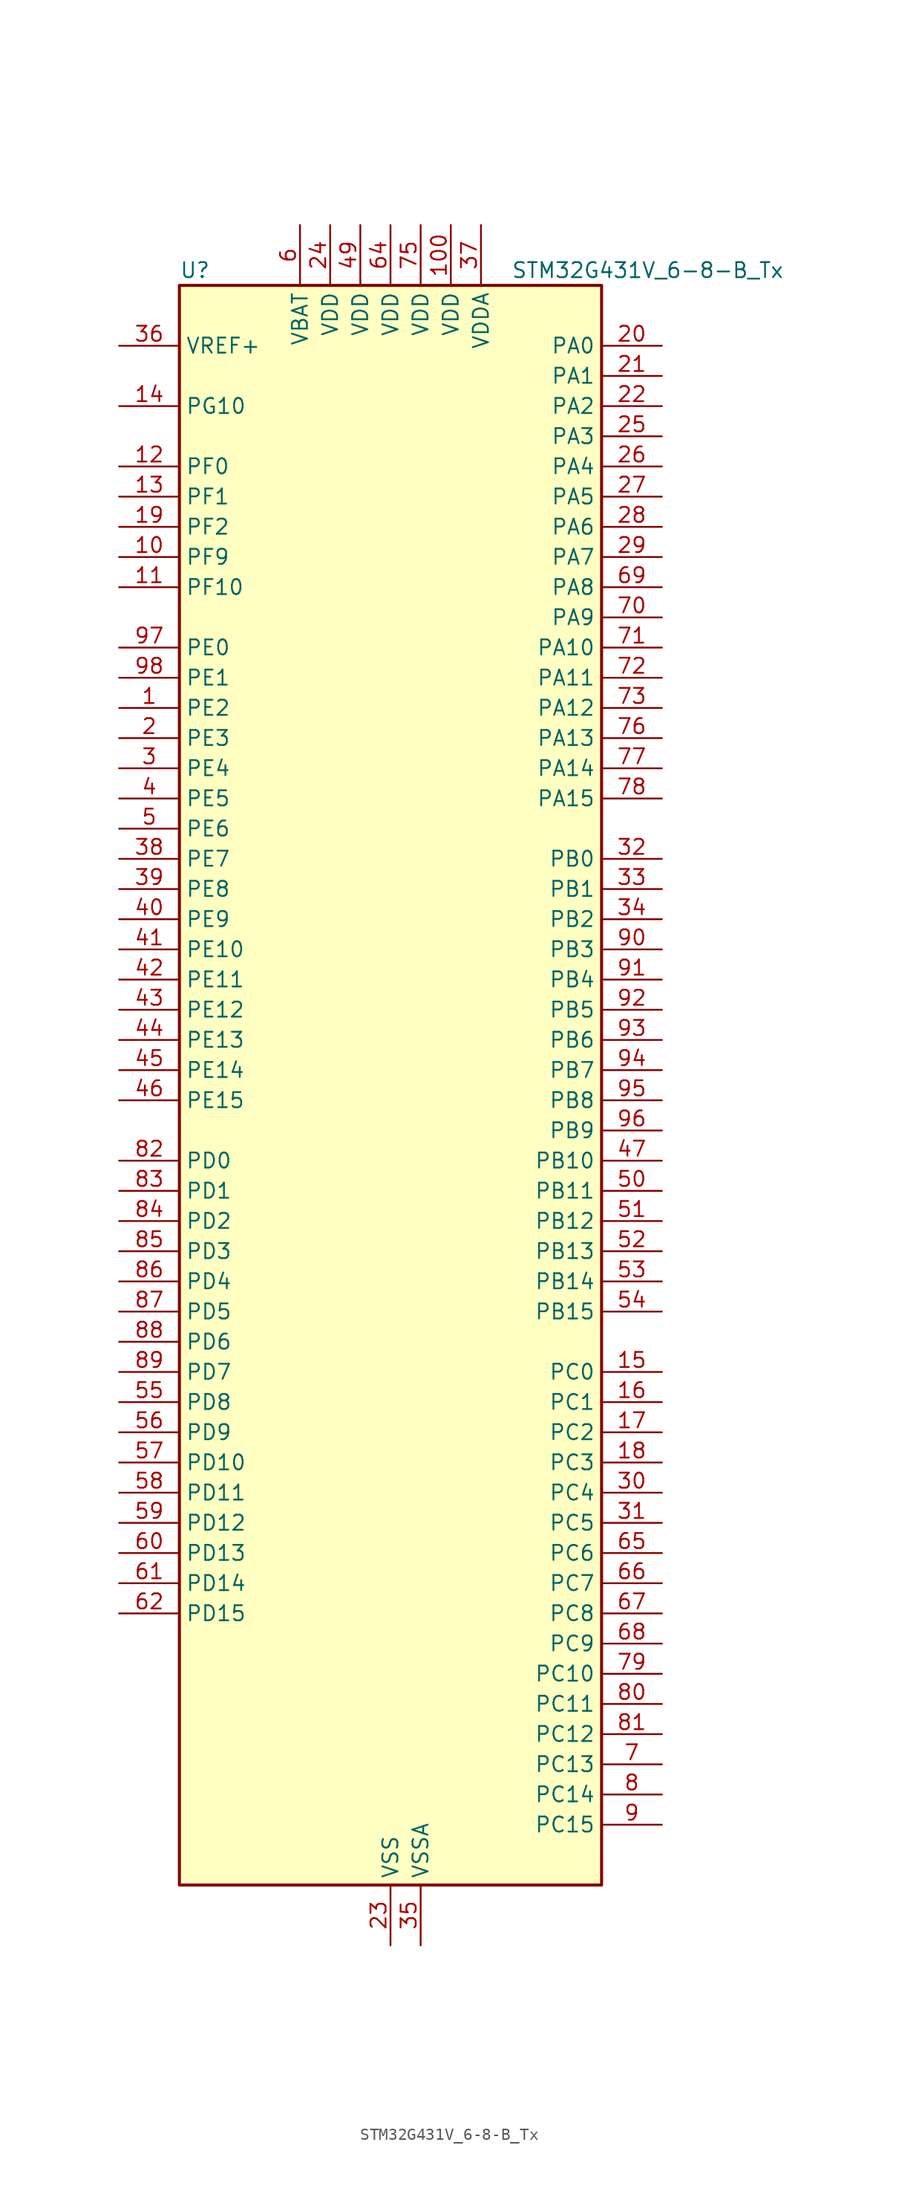
<source format=kicad_sym>
(kicad_symbol_lib
  (version 20241209)
  (generator "kicad_symbol_editor")
  (generator_version "9.0")
  (symbol "STM32G431V_6-8-B_Tx"
    (property "Reference" "U"
      (at -17.78 69.85 0)
      (effects (font (size 1.27 1.27)) (justify left)))
    (property "Value" "STM32G431V_6-8-B_Tx"
      (at 10.16 69.85 0)
      (effects (font (size 1.27 1.27)) (justify left)))
    (symbol "STM32G431V_6-8-B_Tx_0_1"
      (rectangle (start -17.78 -66.04) (end 17.78 68.58) (stroke (width 0.254) (type default)) (fill (type background))))
    (symbol "STM32G431V_6-8-B_Tx_1_1"
      (pin input line (at -22.86 63.5 0) (length 5.08) (name "VREF+" (effects (font (size 1.27 1.27)))) (number "36" (effects (font (size 1.27 1.27)))) (alternate "VREFBUF_OUT" bidirectional line))
      (pin bidirectional line (at -22.86 58.42 0) (length 5.08) (name "PG10" (effects (font (size 1.27 1.27)))) (number "14" (effects (font (size 1.27 1.27)))) (alternate "DAC1_EXTI10" bidirectional line) (alternate "DAC3_EXTI10" bidirectional line) (alternate "RCC_MCO" bidirectional line))
      (pin bidirectional line (at -22.86 53.34 0) (length 5.08) (name "PF0" (effects (font (size 1.27 1.27)))) (number "12" (effects (font (size 1.27 1.27)))) (alternate "ADC1_IN10" bidirectional line) (alternate "I2C2_SDA" bidirectional line) (alternate "I2S2_WS" bidirectional line) (alternate "RCC_OSC_IN" bidirectional line) (alternate "SPI2_NSS" bidirectional line) (alternate "TIM1_CH3N" bidirectional line))
      (pin bidirectional line (at -22.86 50.8 0) (length 5.08) (name "PF1" (effects (font (size 1.27 1.27)))) (number "13" (effects (font (size 1.27 1.27)))) (alternate "ADC2_IN10" bidirectional line) (alternate "COMP3_INM" bidirectional line) (alternate "I2S2_CK" bidirectional line) (alternate "RCC_OSC_OUT" bidirectional line) (alternate "SPI2_SCK" bidirectional line))
      (pin bidirectional line (at -22.86 48.26 0) (length 5.08) (name "PF2" (effects (font (size 1.27 1.27)))) (number "19" (effects (font (size 1.27 1.27)))) (alternate "I2C2_SMBA" bidirectional line))
      (pin bidirectional line (at -22.86 45.72 0) (length 5.08) (name "PF9" (effects (font (size 1.27 1.27)))) (number "10" (effects (font (size 1.27 1.27)))) (alternate "DAC1_EXTI9" bidirectional line) (alternate "DAC3_EXTI9" bidirectional line) (alternate "SAI1_FS_B" bidirectional line) (alternate "SPI2_SCK" bidirectional line) (alternate "TIM15_CH1" bidirectional line))
      (pin bidirectional line (at -22.86 43.18 0) (length 5.08) (name "PF10" (effects (font (size 1.27 1.27)))) (number "11" (effects (font (size 1.27 1.27)))) (alternate "DAC1_EXTI10" bidirectional line) (alternate "DAC3_EXTI10" bidirectional line) (alternate "SAI1_D3" bidirectional line) (alternate "SPI2_SCK" bidirectional line) (alternate "TIM15_CH2" bidirectional line))
      (pin bidirectional line (at -22.86 38.1 0) (length 5.08) (name "PE0" (effects (font (size 1.27 1.27)))) (number "97" (effects (font (size 1.27 1.27)))) (alternate "TIM16_CH1" bidirectional line) (alternate "TIM4_ETR" bidirectional line) (alternate "USART1_TX" bidirectional line))
      (pin bidirectional line (at -22.86 35.56 0) (length 5.08) (name "PE1" (effects (font (size 1.27 1.27)))) (number "98" (effects (font (size 1.27 1.27)))) (alternate "TIM17_CH1" bidirectional line) (alternate "USART1_RX" bidirectional line))
      (pin bidirectional line (at -22.86 33.02 0) (length 5.08) (name "PE2" (effects (font (size 1.27 1.27)))) (number "1" (effects (font (size 1.27 1.27)))) (alternate "SAI1_CK1" bidirectional line) (alternate "SAI1_MCLK_A" bidirectional line) (alternate "SYS_TRACECLK" bidirectional line) (alternate "TIM3_CH1" bidirectional line))
      (pin bidirectional line (at -22.86 30.48 0) (length 5.08) (name "PE3" (effects (font (size 1.27 1.27)))) (number "2" (effects (font (size 1.27 1.27)))) (alternate "SAI1_SD_B" bidirectional line) (alternate "SYS_TRACED0" bidirectional line) (alternate "TIM3_CH2" bidirectional line))
      (pin bidirectional line (at -22.86 27.94 0) (length 5.08) (name "PE4" (effects (font (size 1.27 1.27)))) (number "3" (effects (font (size 1.27 1.27)))) (alternate "SAI1_D2" bidirectional line) (alternate "SAI1_FS_A" bidirectional line) (alternate "SYS_TRACED1" bidirectional line) (alternate "TIM3_CH3" bidirectional line))
      (pin bidirectional line (at -22.86 25.4 0) (length 5.08) (name "PE5" (effects (font (size 1.27 1.27)))) (number "4" (effects (font (size 1.27 1.27)))) (alternate "SAI1_CK2" bidirectional line) (alternate "SAI1_SCK_A" bidirectional line) (alternate "SYS_TRACED2" bidirectional line) (alternate "TIM3_CH4" bidirectional line))
      (pin bidirectional line (at -22.86 22.86 0) (length 5.08) (name "PE6" (effects (font (size 1.27 1.27)))) (number "5" (effects (font (size 1.27 1.27)))) (alternate "RTC_TAMP3" bidirectional line) (alternate "SAI1_D1" bidirectional line) (alternate "SAI1_SD_A" bidirectional line) (alternate "SYS_TRACED3" bidirectional line) (alternate "SYS_WKUP3" bidirectional line))
      (pin bidirectional line (at -22.86 20.32 0) (length 5.08) (name "PE7" (effects (font (size 1.27 1.27)))) (number "38" (effects (font (size 1.27 1.27)))) (alternate "COMP4_INP" bidirectional line) (alternate "SAI1_SD_B" bidirectional line) (alternate "TIM1_ETR" bidirectional line))
      (pin bidirectional line (at -22.86 17.78 0) (length 5.08) (name "PE8" (effects (font (size 1.27 1.27)))) (number "39" (effects (font (size 1.27 1.27)))) (alternate "COMP4_INM" bidirectional line) (alternate "SAI1_SCK_B" bidirectional line) (alternate "TIM1_CH1N" bidirectional line))
      (pin bidirectional line (at -22.86 15.24 0) (length 5.08) (name "PE9" (effects (font (size 1.27 1.27)))) (number "40" (effects (font (size 1.27 1.27)))) (alternate "DAC1_EXTI9" bidirectional line) (alternate "DAC3_EXTI9" bidirectional line) (alternate "SAI1_FS_B" bidirectional line) (alternate "TIM1_CH1" bidirectional line))
      (pin bidirectional line (at -22.86 12.7 0) (length 5.08) (name "PE10" (effects (font (size 1.27 1.27)))) (number "41" (effects (font (size 1.27 1.27)))) (alternate "DAC1_EXTI10" bidirectional line) (alternate "DAC3_EXTI10" bidirectional line) (alternate "SAI1_MCLK_B" bidirectional line) (alternate "TIM1_CH2N" bidirectional line))
      (pin bidirectional line (at -22.86 10.16 0) (length 5.08) (name "PE11" (effects (font (size 1.27 1.27)))) (number "42" (effects (font (size 1.27 1.27)))) (alternate "ADC1_EXTI11" bidirectional line) (alternate "ADC2_EXTI11" bidirectional line) (alternate "TIM1_CH2" bidirectional line))
      (pin bidirectional line (at -22.86 7.62 0) (length 5.08) (name "PE12" (effects (font (size 1.27 1.27)))) (number "43" (effects (font (size 1.27 1.27)))) (alternate "TIM1_CH3N" bidirectional line))
      (pin bidirectional line (at -22.86 5.08 0) (length 5.08) (name "PE13" (effects (font (size 1.27 1.27)))) (number "44" (effects (font (size 1.27 1.27)))) (alternate "TIM1_CH3" bidirectional line))
      (pin bidirectional line (at -22.86 2.54 0) (length 5.08) (name "PE14" (effects (font (size 1.27 1.27)))) (number "45" (effects (font (size 1.27 1.27)))) (alternate "TIM1_BKIN2" bidirectional line) (alternate "TIM1_CH4" bidirectional line))
      (pin bidirectional line (at -22.86 0 0) (length 5.08) (name "PE15" (effects (font (size 1.27 1.27)))) (number "46" (effects (font (size 1.27 1.27)))) (alternate "ADC1_EXTI15" bidirectional line) (alternate "ADC2_EXTI15" bidirectional line) (alternate "TIM1_BKIN" bidirectional line) (alternate "TIM1_CH4N" bidirectional line) (alternate "USART3_RX" bidirectional line))
      (pin bidirectional line (at -22.86 -5.08 0) (length 5.08) (name "PD0" (effects (font (size 1.27 1.27)))) (number "82" (effects (font (size 1.27 1.27)))) (alternate "FDCAN1_RX" bidirectional line) (alternate "TIM8_CH4N" bidirectional line))
      (pin bidirectional line (at -22.86 -7.62 0) (length 5.08) (name "PD1" (effects (font (size 1.27 1.27)))) (number "83" (effects (font (size 1.27 1.27)))) (alternate "FDCAN1_TX" bidirectional line) (alternate "TIM8_BKIN2" bidirectional line) (alternate "TIM8_CH4" bidirectional line))
      (pin bidirectional line (at -22.86 -10.16 0) (length 5.08) (name "PD2" (effects (font (size 1.27 1.27)))) (number "84" (effects (font (size 1.27 1.27)))) (alternate "TIM3_ETR" bidirectional line) (alternate "TIM8_BKIN" bidirectional line))
      (pin bidirectional line (at -22.86 -12.7 0) (length 5.08) (name "PD3" (effects (font (size 1.27 1.27)))) (number "85" (effects (font (size 1.27 1.27)))) (alternate "TIM2_CH1" bidirectional line) (alternate "TIM2_ETR" bidirectional line) (alternate "USART2_CTS" bidirectional line) (alternate "USART2_NSS" bidirectional line))
      (pin bidirectional line (at -22.86 -15.24 0) (length 5.08) (name "PD4" (effects (font (size 1.27 1.27)))) (number "86" (effects (font (size 1.27 1.27)))) (alternate "TIM2_CH2" bidirectional line) (alternate "USART2_DE" bidirectional line) (alternate "USART2_RTS" bidirectional line))
      (pin bidirectional line (at -22.86 -17.78 0) (length 5.08) (name "PD5" (effects (font (size 1.27 1.27)))) (number "87" (effects (font (size 1.27 1.27)))) (alternate "USART2_TX" bidirectional line))
      (pin bidirectional line (at -22.86 -20.32 0) (length 5.08) (name "PD6" (effects (font (size 1.27 1.27)))) (number "88" (effects (font (size 1.27 1.27)))) (alternate "SAI1_D1" bidirectional line) (alternate "SAI1_SD_A" bidirectional line) (alternate "TIM2_CH4" bidirectional line) (alternate "USART2_RX" bidirectional line))
      (pin bidirectional line (at -22.86 -22.86 0) (length 5.08) (name "PD7" (effects (font (size 1.27 1.27)))) (number "89" (effects (font (size 1.27 1.27)))) (alternate "TIM2_CH3" bidirectional line) (alternate "USART2_CK" bidirectional line))
      (pin bidirectional line (at -22.86 -25.4 0) (length 5.08) (name "PD8" (effects (font (size 1.27 1.27)))) (number "55" (effects (font (size 1.27 1.27)))) (alternate "USART3_TX" bidirectional line))
      (pin bidirectional line (at -22.86 -27.94 0) (length 5.08) (name "PD9" (effects (font (size 1.27 1.27)))) (number "56" (effects (font (size 1.27 1.27)))) (alternate "DAC1_EXTI9" bidirectional line) (alternate "DAC3_EXTI9" bidirectional line) (alternate "USART3_RX" bidirectional line))
      (pin bidirectional line (at -22.86 -30.48 0) (length 5.08) (name "PD10" (effects (font (size 1.27 1.27)))) (number "57" (effects (font (size 1.27 1.27)))) (alternate "DAC1_EXTI10" bidirectional line) (alternate "DAC3_EXTI10" bidirectional line) (alternate "USART3_CK" bidirectional line))
      (pin bidirectional line (at -22.86 -33.02 0) (length 5.08) (name "PD11" (effects (font (size 1.27 1.27)))) (number "58" (effects (font (size 1.27 1.27)))) (alternate "ADC1_EXTI11" bidirectional line) (alternate "ADC2_EXTI11" bidirectional line) (alternate "USART3_CTS" bidirectional line) (alternate "USART3_NSS" bidirectional line))
      (pin bidirectional line (at -22.86 -35.56 0) (length 5.08) (name "PD12" (effects (font (size 1.27 1.27)))) (number "59" (effects (font (size 1.27 1.27)))) (alternate "TIM4_CH1" bidirectional line) (alternate "USART3_DE" bidirectional line) (alternate "USART3_RTS" bidirectional line))
      (pin bidirectional line (at -22.86 -38.1 0) (length 5.08) (name "PD13" (effects (font (size 1.27 1.27)))) (number "60" (effects (font (size 1.27 1.27)))) (alternate "TIM4_CH2" bidirectional line))
      (pin bidirectional line (at -22.86 -40.64 0) (length 5.08) (name "PD14" (effects (font (size 1.27 1.27)))) (number "61" (effects (font (size 1.27 1.27)))) (alternate "OPAMP2_VINP" bidirectional line) (alternate "OPAMP2_VINP_SEC" bidirectional line) (alternate "TIM4_CH3" bidirectional line))
      (pin bidirectional line (at -22.86 -43.18 0) (length 5.08) (name "PD15" (effects (font (size 1.27 1.27)))) (number "62" (effects (font (size 1.27 1.27)))) (alternate "ADC1_EXTI15" bidirectional line) (alternate "ADC2_EXTI15" bidirectional line) (alternate "SPI2_NSS" bidirectional line) (alternate "TIM4_CH4" bidirectional line))
      (pin power_in line (at -7.62 73.66 270) (length 5.08) (name "VBAT" (effects (font (size 1.27 1.27)))) (number "6" (effects (font (size 1.27 1.27)))))
      (pin power_in line (at -5.08 73.66 270) (length 5.08) (name "VDD" (effects (font (size 1.27 1.27)))) (number "24" (effects (font (size 1.27 1.27)))))
      (pin power_in line (at -2.54 73.66 270) (length 5.08) (name "VDD" (effects (font (size 1.27 1.27)))) (number "49" (effects (font (size 1.27 1.27)))))
      (pin power_in line (at 0 73.66 270) (length 5.08) (name "VDD" (effects (font (size 1.27 1.27)))) (number "64" (effects (font (size 1.27 1.27)))))
      (pin power_in line (at 0 -71.12 90) (length 5.08) (name "VSS" (effects (font (size 1.27 1.27)))) (number "23" (effects (font (size 1.27 1.27)))))
      (pin passive line (at 0 -71.12 90) (length 5.08) (hide yes) (name "VSS" (effects (font (size 1.27 1.27)))) (number "48" (effects (font (size 1.27 1.27)))))
      (pin passive line (at 0 -71.12 90) (length 5.08) (hide yes) (name "VSS" (effects (font (size 1.27 1.27)))) (number "63" (effects (font (size 1.27 1.27)))))
      (pin passive line (at 0 -71.12 90) (length 5.08) (hide yes) (name "VSS" (effects (font (size 1.27 1.27)))) (number "74" (effects (font (size 1.27 1.27)))))
      (pin passive line (at 0 -71.12 90) (length 5.08) (hide yes) (name "VSS" (effects (font (size 1.27 1.27)))) (number "99" (effects (font (size 1.27 1.27)))))
      (pin power_in line (at 2.54 73.66 270) (length 5.08) (name "VDD" (effects (font (size 1.27 1.27)))) (number "75" (effects (font (size 1.27 1.27)))))
      (pin power_in line (at 2.54 -71.12 90) (length 5.08) (name "VSSA" (effects (font (size 1.27 1.27)))) (number "35" (effects (font (size 1.27 1.27)))))
      (pin power_in line (at 5.08 73.66 270) (length 5.08) (name "VDD" (effects (font (size 1.27 1.27)))) (number "100" (effects (font (size 1.27 1.27)))))
      (pin power_in line (at 7.62 73.66 270) (length 5.08) (name "VDDA" (effects (font (size 1.27 1.27)))) (number "37" (effects (font (size 1.27 1.27)))))
      (pin bidirectional line (at 22.86 63.5 180) (length 5.08) (name "PA0" (effects (font (size 1.27 1.27)))) (number "20" (effects (font (size 1.27 1.27)))) (alternate "ADC1_IN1" bidirectional line) (alternate "ADC2_IN1" bidirectional line) (alternate "COMP1_INM" bidirectional line) (alternate "COMP1_OUT" bidirectional line) (alternate "COMP3_INP" bidirectional line) (alternate "RTC_TAMP2" bidirectional line) (alternate "SYS_WKUP1" bidirectional line) (alternate "TIM2_CH1" bidirectional line) (alternate "TIM2_ETR" bidirectional line) (alternate "TIM8_BKIN" bidirectional line) (alternate "TIM8_ETR" bidirectional line) (alternate "USART2_CTS" bidirectional line) (alternate "USART2_NSS" bidirectional line))
      (pin bidirectional line (at 22.86 60.96 180) (length 5.08) (name "PA1" (effects (font (size 1.27 1.27)))) (number "21" (effects (font (size 1.27 1.27)))) (alternate "ADC1_IN2" bidirectional line) (alternate "ADC2_IN2" bidirectional line) (alternate "COMP1_INP" bidirectional line) (alternate "OPAMP1_VINP" bidirectional line) (alternate "OPAMP1_VINP_SEC" bidirectional line) (alternate "OPAMP3_VINP" bidirectional line) (alternate "OPAMP3_VINP_SEC" bidirectional line) (alternate "RTC_REFIN" bidirectional line) (alternate "TIM15_CH1N" bidirectional line) (alternate "TIM2_CH2" bidirectional line) (alternate "USART2_DE" bidirectional line) (alternate "USART2_RTS" bidirectional line))
      (pin bidirectional line (at 22.86 58.42 180) (length 5.08) (name "PA2" (effects (font (size 1.27 1.27)))) (number "22" (effects (font (size 1.27 1.27)))) (alternate "ADC1_IN3" bidirectional line) (alternate "COMP2_INM" bidirectional line) (alternate "COMP2_OUT" bidirectional line) (alternate "LPUART1_TX" bidirectional line) (alternate "OPAMP1_VOUT" bidirectional line) (alternate "RCC_LSCO" bidirectional line) (alternate "SYS_WKUP4" bidirectional line) (alternate "TIM15_CH1" bidirectional line) (alternate "TIM2_CH3" bidirectional line) (alternate "UCPD1_FRSTX1" bidirectional line) (alternate "UCPD1_FRSTX2" bidirectional line) (alternate "USART2_TX" bidirectional line))
      (pin bidirectional line (at 22.86 55.88 180) (length 5.08) (name "PA3" (effects (font (size 1.27 1.27)))) (number "25" (effects (font (size 1.27 1.27)))) (alternate "ADC1_IN4" bidirectional line) (alternate "COMP2_INP" bidirectional line) (alternate "LPUART1_RX" bidirectional line) (alternate "OPAMP1_VINM" bidirectional line) (alternate "OPAMP1_VINM0" bidirectional line) (alternate "OPAMP1_VINM_SEC" bidirectional line) (alternate "OPAMP1_VINP" bidirectional line) (alternate "OPAMP1_VINP_SEC" bidirectional line) (alternate "SAI1_CK1" bidirectional line) (alternate "SAI1_MCLK_A" bidirectional line) (alternate "TIM15_CH2" bidirectional line) (alternate "TIM2_CH4" bidirectional line) (alternate "USART2_RX" bidirectional line))
      (pin bidirectional line (at 22.86 53.34 180) (length 5.08) (name "PA4" (effects (font (size 1.27 1.27)))) (number "26" (effects (font (size 1.27 1.27)))) (alternate "ADC2_IN17" bidirectional line) (alternate "COMP1_INM" bidirectional line) (alternate "DAC1_OUT1" bidirectional line) (alternate "I2S3_WS" bidirectional line) (alternate "SAI1_FS_B" bidirectional line) (alternate "SPI1_NSS" bidirectional line) (alternate "SPI3_NSS" bidirectional line) (alternate "TIM3_CH2" bidirectional line) (alternate "USART2_CK" bidirectional line))
      (pin bidirectional line (at 22.86 50.8 180) (length 5.08) (name "PA5" (effects (font (size 1.27 1.27)))) (number "27" (effects (font (size 1.27 1.27)))) (alternate "ADC2_IN13" bidirectional line) (alternate "COMP2_INM" bidirectional line) (alternate "DAC1_OUT2" bidirectional line) (alternate "OPAMP2_VINM" bidirectional line) (alternate "OPAMP2_VINM0" bidirectional line) (alternate "OPAMP2_VINM_SEC" bidirectional line) (alternate "SPI1_SCK" bidirectional line) (alternate "TIM2_CH1" bidirectional line) (alternate "TIM2_ETR" bidirectional line) (alternate "UCPD1_FRSTX1" bidirectional line) (alternate "UCPD1_FRSTX2" bidirectional line))
      (pin bidirectional line (at 22.86 48.26 180) (length 5.08) (name "PA6" (effects (font (size 1.27 1.27)))) (number "28" (effects (font (size 1.27 1.27)))) (alternate "ADC2_IN3" bidirectional line) (alternate "COMP1_OUT" bidirectional line) (alternate "LPUART1_CTS" bidirectional line) (alternate "OPAMP2_VOUT" bidirectional line) (alternate "SPI1_MISO" bidirectional line) (alternate "TIM16_CH1" bidirectional line) (alternate "TIM1_BKIN" bidirectional line) (alternate "TIM3_CH1" bidirectional line) (alternate "TIM8_BKIN" bidirectional line))
      (pin bidirectional line (at 22.86 45.72 180) (length 5.08) (name "PA7" (effects (font (size 1.27 1.27)))) (number "29" (effects (font (size 1.27 1.27)))) (alternate "ADC2_IN4" bidirectional line) (alternate "COMP2_INP" bidirectional line) (alternate "COMP2_OUT" bidirectional line) (alternate "OPAMP1_VINP" bidirectional line) (alternate "OPAMP1_VINP_SEC" bidirectional line) (alternate "OPAMP2_VINP" bidirectional line) (alternate "OPAMP2_VINP_SEC" bidirectional line) (alternate "SPI1_MOSI" bidirectional line) (alternate "TIM17_CH1" bidirectional line) (alternate "TIM1_CH1N" bidirectional line) (alternate "TIM3_CH2" bidirectional line) (alternate "TIM8_CH1N" bidirectional line) (alternate "UCPD1_FRSTX1" bidirectional line) (alternate "UCPD1_FRSTX2" bidirectional line))
      (pin bidirectional line (at 22.86 43.18 180) (length 5.08) (name "PA8" (effects (font (size 1.27 1.27)))) (number "69" (effects (font (size 1.27 1.27)))) (alternate "I2C2_SDA" bidirectional line) (alternate "I2C3_SCL" bidirectional line) (alternate "I2S2_MCK" bidirectional line) (alternate "RCC_MCO" bidirectional line) (alternate "SAI1_CK2" bidirectional line) (alternate "SAI1_SCK_A" bidirectional line) (alternate "TIM1_CH1" bidirectional line) (alternate "TIM4_ETR" bidirectional line) (alternate "USART1_CK" bidirectional line))
      (pin bidirectional line (at 22.86 40.64 180) (length 5.08) (name "PA9" (effects (font (size 1.27 1.27)))) (number "70" (effects (font (size 1.27 1.27)))) (alternate "DAC1_EXTI9" bidirectional line) (alternate "DAC3_EXTI9" bidirectional line) (alternate "I2C2_SCL" bidirectional line) (alternate "I2C3_SMBA" bidirectional line) (alternate "I2S3_MCK" bidirectional line) (alternate "SAI1_FS_A" bidirectional line) (alternate "TIM15_BKIN" bidirectional line) (alternate "TIM1_CH2" bidirectional line) (alternate "TIM2_CH3" bidirectional line) (alternate "UCPD1_DBCC1" bidirectional line) (alternate "USART1_TX" bidirectional line))
      (pin bidirectional line (at 22.86 38.1 180) (length 5.08) (name "PA10" (effects (font (size 1.27 1.27)))) (number "71" (effects (font (size 1.27 1.27)))) (alternate "CRS_SYNC" bidirectional line) (alternate "DAC1_EXTI10" bidirectional line) (alternate "DAC3_EXTI10" bidirectional line) (alternate "I2C2_SMBA" bidirectional line) (alternate "SAI1_D1" bidirectional line) (alternate "SAI1_SD_A" bidirectional line) (alternate "SPI2_MISO" bidirectional line) (alternate "TIM17_BKIN" bidirectional line) (alternate "TIM1_CH3" bidirectional line) (alternate "TIM2_CH4" bidirectional line) (alternate "TIM8_BKIN" bidirectional line) (alternate "UCPD1_DBCC2" bidirectional line) (alternate "USART1_RX" bidirectional line))
      (pin bidirectional line (at 22.86 35.56 180) (length 5.08) (name "PA11" (effects (font (size 1.27 1.27)))) (number "72" (effects (font (size 1.27 1.27)))) (alternate "ADC1_EXTI11" bidirectional line) (alternate "ADC2_EXTI11" bidirectional line) (alternate "COMP1_OUT" bidirectional line) (alternate "FDCAN1_RX" bidirectional line) (alternate "I2S2_SD" bidirectional line) (alternate "SPI2_MOSI" bidirectional line) (alternate "TIM1_BKIN2" bidirectional line) (alternate "TIM1_CH1N" bidirectional line) (alternate "TIM1_CH4" bidirectional line) (alternate "TIM4_CH1" bidirectional line) (alternate "USART1_CTS" bidirectional line) (alternate "USART1_NSS" bidirectional line) (alternate "USB_DM" bidirectional line))
      (pin bidirectional line (at 22.86 33.02 180) (length 5.08) (name "PA12" (effects (font (size 1.27 1.27)))) (number "73" (effects (font (size 1.27 1.27)))) (alternate "COMP2_OUT" bidirectional line) (alternate "FDCAN1_TX" bidirectional line) (alternate "I2S_CKIN" bidirectional line) (alternate "TIM16_CH1" bidirectional line) (alternate "TIM1_CH2N" bidirectional line) (alternate "TIM1_ETR" bidirectional line) (alternate "TIM4_CH2" bidirectional line) (alternate "USART1_DE" bidirectional line) (alternate "USART1_RTS" bidirectional line) (alternate "USB_DP" bidirectional line))
      (pin bidirectional line (at 22.86 30.48 180) (length 5.08) (name "PA13" (effects (font (size 1.27 1.27)))) (number "76" (effects (font (size 1.27 1.27)))) (alternate "I2C1_SCL" bidirectional line) (alternate "IR_OUT" bidirectional line) (alternate "SAI1_SD_B" bidirectional line) (alternate "SYS_JTMS-SWDIO" bidirectional line) (alternate "TIM16_CH1N" bidirectional line) (alternate "TIM4_CH3" bidirectional line) (alternate "USART3_CTS" bidirectional line) (alternate "USART3_NSS" bidirectional line))
      (pin bidirectional line (at 22.86 27.94 180) (length 5.08) (name "PA14" (effects (font (size 1.27 1.27)))) (number "77" (effects (font (size 1.27 1.27)))) (alternate "I2C1_SDA" bidirectional line) (alternate "LPTIM1_OUT" bidirectional line) (alternate "SAI1_FS_B" bidirectional line) (alternate "SYS_JTCK-SWCLK" bidirectional line) (alternate "TIM1_BKIN" bidirectional line) (alternate "TIM8_CH2" bidirectional line) (alternate "USART2_TX" bidirectional line))
      (pin bidirectional line (at 22.86 25.4 180) (length 5.08) (name "PA15" (effects (font (size 1.27 1.27)))) (number "78" (effects (font (size 1.27 1.27)))) (alternate "ADC1_EXTI15" bidirectional line) (alternate "ADC2_EXTI15" bidirectional line) (alternate "I2C1_SCL" bidirectional line) (alternate "I2S3_WS" bidirectional line) (alternate "SPI1_NSS" bidirectional line) (alternate "SPI3_NSS" bidirectional line) (alternate "SYS_JTDI" bidirectional line) (alternate "TIM1_BKIN" bidirectional line) (alternate "TIM2_CH1" bidirectional line) (alternate "TIM2_ETR" bidirectional line) (alternate "TIM8_CH1" bidirectional line) (alternate "UART4_DE" bidirectional line) (alternate "UART4_RTS" bidirectional line) (alternate "USART2_RX" bidirectional line))
      (pin bidirectional line (at 22.86 20.32 180) (length 5.08) (name "PB0" (effects (font (size 1.27 1.27)))) (number "32" (effects (font (size 1.27 1.27)))) (alternate "ADC1_IN15" bidirectional line) (alternate "COMP4_INP" bidirectional line) (alternate "OPAMP2_VINP" bidirectional line) (alternate "OPAMP2_VINP_SEC" bidirectional line) (alternate "OPAMP3_VINP" bidirectional line) (alternate "OPAMP3_VINP_SEC" bidirectional line) (alternate "TIM1_CH2N" bidirectional line) (alternate "TIM3_CH3" bidirectional line) (alternate "TIM8_CH2N" bidirectional line) (alternate "UCPD1_FRSTX1" bidirectional line) (alternate "UCPD1_FRSTX2" bidirectional line))
      (pin bidirectional line (at 22.86 17.78 180) (length 5.08) (name "PB1" (effects (font (size 1.27 1.27)))) (number "33" (effects (font (size 1.27 1.27)))) (alternate "ADC1_IN12" bidirectional line) (alternate "COMP1_INP" bidirectional line) (alternate "COMP4_OUT" bidirectional line) (alternate "LPUART1_DE" bidirectional line) (alternate "LPUART1_RTS" bidirectional line) (alternate "OPAMP3_VOUT" bidirectional line) (alternate "TIM1_CH3N" bidirectional line) (alternate "TIM3_CH4" bidirectional line) (alternate "TIM8_CH3N" bidirectional line))
      (pin bidirectional line (at 22.86 15.24 180) (length 5.08) (name "PB2" (effects (font (size 1.27 1.27)))) (number "34" (effects (font (size 1.27 1.27)))) (alternate "ADC2_IN12" bidirectional line) (alternate "COMP4_INM" bidirectional line) (alternate "I2C3_SMBA" bidirectional line) (alternate "LPTIM1_OUT" bidirectional line) (alternate "OPAMP3_VINM" bidirectional line) (alternate "OPAMP3_VINM0" bidirectional line) (alternate "OPAMP3_VINM_SEC" bidirectional line) (alternate "RTC_OUT2" bidirectional line))
      (pin bidirectional line (at 22.86 12.7 180) (length 5.08) (name "PB3" (effects (font (size 1.27 1.27)))) (number "90" (effects (font (size 1.27 1.27)))) (alternate "CRS_SYNC" bidirectional line) (alternate "I2S3_CK" bidirectional line) (alternate "SAI1_SCK_B" bidirectional line) (alternate "SPI1_SCK" bidirectional line) (alternate "SPI3_SCK" bidirectional line) (alternate "SYS_JTDO-SWO" bidirectional line) (alternate "TIM2_CH2" bidirectional line) (alternate "TIM3_ETR" bidirectional line) (alternate "TIM4_ETR" bidirectional line) (alternate "TIM8_CH1N" bidirectional line) (alternate "USART2_TX" bidirectional line))
      (pin bidirectional line (at 22.86 10.16 180) (length 5.08) (name "PB4" (effects (font (size 1.27 1.27)))) (number "91" (effects (font (size 1.27 1.27)))) (alternate "SAI1_MCLK_B" bidirectional line) (alternate "SPI1_MISO" bidirectional line) (alternate "SPI3_MISO" bidirectional line) (alternate "SYS_JTRST" bidirectional line) (alternate "TIM16_CH1" bidirectional line) (alternate "TIM17_BKIN" bidirectional line) (alternate "TIM3_CH1" bidirectional line) (alternate "TIM8_CH2N" bidirectional line) (alternate "UCPD1_CC2" bidirectional line) (alternate "USART2_RX" bidirectional line))
      (pin bidirectional line (at 22.86 7.62 180) (length 5.08) (name "PB5" (effects (font (size 1.27 1.27)))) (number "92" (effects (font (size 1.27 1.27)))) (alternate "I2C1_SMBA" bidirectional line) (alternate "I2C3_SDA" bidirectional line) (alternate "I2S3_SD" bidirectional line) (alternate "LPTIM1_IN1" bidirectional line) (alternate "SAI1_SD_B" bidirectional line) (alternate "SPI1_MOSI" bidirectional line) (alternate "SPI3_MOSI" bidirectional line) (alternate "TIM16_BKIN" bidirectional line) (alternate "TIM17_CH1" bidirectional line) (alternate "TIM3_CH2" bidirectional line) (alternate "TIM8_CH3N" bidirectional line) (alternate "USART2_CK" bidirectional line))
      (pin bidirectional line (at 22.86 5.08 180) (length 5.08) (name "PB6" (effects (font (size 1.27 1.27)))) (number "93" (effects (font (size 1.27 1.27)))) (alternate "COMP4_OUT" bidirectional line) (alternate "LPTIM1_ETR" bidirectional line) (alternate "SAI1_FS_B" bidirectional line) (alternate "TIM16_CH1N" bidirectional line) (alternate "TIM4_CH1" bidirectional line) (alternate "TIM8_BKIN2" bidirectional line) (alternate "TIM8_CH1" bidirectional line) (alternate "TIM8_ETR" bidirectional line) (alternate "UCPD1_CC1" bidirectional line) (alternate "USART1_TX" bidirectional line))
      (pin bidirectional line (at 22.86 2.54 180) (length 5.08) (name "PB7" (effects (font (size 1.27 1.27)))) (number "94" (effects (font (size 1.27 1.27)))) (alternate "COMP3_OUT" bidirectional line) (alternate "I2C1_SDA" bidirectional line) (alternate "LPTIM1_IN2" bidirectional line) (alternate "SYS_PVD_IN" bidirectional line) (alternate "TIM17_CH1N" bidirectional line) (alternate "TIM3_CH4" bidirectional line) (alternate "TIM4_CH2" bidirectional line) (alternate "TIM8_BKIN" bidirectional line) (alternate "UART4_CTS" bidirectional line) (alternate "USART1_RX" bidirectional line))
      (pin bidirectional line (at 22.86 0 180) (length 5.08) (name "PB8" (effects (font (size 1.27 1.27)))) (number "95" (effects (font (size 1.27 1.27)))) (alternate "COMP1_OUT" bidirectional line) (alternate "FDCAN1_RX" bidirectional line) (alternate "I2C1_SCL" bidirectional line) (alternate "SAI1_CK1" bidirectional line) (alternate "SAI1_MCLK_A" bidirectional line) (alternate "TIM16_CH1" bidirectional line) (alternate "TIM1_BKIN" bidirectional line) (alternate "TIM4_CH3" bidirectional line) (alternate "TIM8_CH2" bidirectional line) (alternate "USART3_RX" bidirectional line))
      (pin bidirectional line (at 22.86 -2.54 180) (length 5.08) (name "PB9" (effects (font (size 1.27 1.27)))) (number "96" (effects (font (size 1.27 1.27)))) (alternate "COMP2_OUT" bidirectional line) (alternate "DAC1_EXTI9" bidirectional line) (alternate "DAC3_EXTI9" bidirectional line) (alternate "FDCAN1_TX" bidirectional line) (alternate "I2C1_SDA" bidirectional line) (alternate "IR_OUT" bidirectional line) (alternate "SAI1_D2" bidirectional line) (alternate "SAI1_FS_A" bidirectional line) (alternate "TIM17_CH1" bidirectional line) (alternate "TIM1_CH3N" bidirectional line) (alternate "TIM4_CH4" bidirectional line) (alternate "TIM8_CH3" bidirectional line) (alternate "USART3_TX" bidirectional line))
      (pin bidirectional line (at 22.86 -5.08 180) (length 5.08) (name "PB10" (effects (font (size 1.27 1.27)))) (number "47" (effects (font (size 1.27 1.27)))) (alternate "DAC1_EXTI10" bidirectional line) (alternate "DAC3_EXTI10" bidirectional line) (alternate "LPUART1_RX" bidirectional line) (alternate "OPAMP3_VINM" bidirectional line) (alternate "OPAMP3_VINM1" bidirectional line) (alternate "OPAMP3_VINM_SEC" bidirectional line) (alternate "SAI1_SCK_A" bidirectional line) (alternate "TIM1_BKIN" bidirectional line) (alternate "TIM2_CH3" bidirectional line) (alternate "USART3_TX" bidirectional line))
      (pin bidirectional line (at 22.86 -7.62 180) (length 5.08) (name "PB11" (effects (font (size 1.27 1.27)))) (number "50" (effects (font (size 1.27 1.27)))) (alternate "ADC1_EXTI11" bidirectional line) (alternate "ADC1_IN14" bidirectional line) (alternate "ADC2_EXTI11" bidirectional line) (alternate "ADC2_IN14" bidirectional line) (alternate "LPUART1_TX" bidirectional line) (alternate "TIM2_CH4" bidirectional line) (alternate "USART3_RX" bidirectional line))
      (pin bidirectional line (at 22.86 -10.16 180) (length 5.08) (name "PB12" (effects (font (size 1.27 1.27)))) (number "51" (effects (font (size 1.27 1.27)))) (alternate "ADC1_IN11" bidirectional line) (alternate "I2C2_SMBA" bidirectional line) (alternate "I2S2_WS" bidirectional line) (alternate "LPUART1_DE" bidirectional line) (alternate "LPUART1_RTS" bidirectional line) (alternate "SPI2_NSS" bidirectional line) (alternate "TIM1_BKIN" bidirectional line) (alternate "USART3_CK" bidirectional line))
      (pin bidirectional line (at 22.86 -12.7 180) (length 5.08) (name "PB13" (effects (font (size 1.27 1.27)))) (number "52" (effects (font (size 1.27 1.27)))) (alternate "I2S2_CK" bidirectional line) (alternate "LPUART1_CTS" bidirectional line) (alternate "OPAMP3_VINP" bidirectional line) (alternate "OPAMP3_VINP_SEC" bidirectional line) (alternate "SPI2_SCK" bidirectional line) (alternate "TIM1_CH1N" bidirectional line) (alternate "USART3_CTS" bidirectional line) (alternate "USART3_NSS" bidirectional line))
      (pin bidirectional line (at 22.86 -15.24 180) (length 5.08) (name "PB14" (effects (font (size 1.27 1.27)))) (number "53" (effects (font (size 1.27 1.27)))) (alternate "ADC1_IN5" bidirectional line) (alternate "COMP4_OUT" bidirectional line) (alternate "OPAMP2_VINP" bidirectional line) (alternate "OPAMP2_VINP_SEC" bidirectional line) (alternate "SPI2_MISO" bidirectional line) (alternate "TIM15_CH1" bidirectional line) (alternate "TIM1_CH2N" bidirectional line) (alternate "USART3_DE" bidirectional line) (alternate "USART3_RTS" bidirectional line))
      (pin bidirectional line (at 22.86 -17.78 180) (length 5.08) (name "PB15" (effects (font (size 1.27 1.27)))) (number "54" (effects (font (size 1.27 1.27)))) (alternate "ADC1_EXTI15" bidirectional line) (alternate "ADC2_EXTI15" bidirectional line) (alternate "ADC2_IN15" bidirectional line) (alternate "COMP3_OUT" bidirectional line) (alternate "I2S2_SD" bidirectional line) (alternate "RTC_REFIN" bidirectional line) (alternate "SPI2_MOSI" bidirectional line) (alternate "TIM15_CH1N" bidirectional line) (alternate "TIM15_CH2" bidirectional line) (alternate "TIM1_CH3N" bidirectional line))
      (pin bidirectional line (at 22.86 -22.86 180) (length 5.08) (name "PC0" (effects (font (size 1.27 1.27)))) (number "15" (effects (font (size 1.27 1.27)))) (alternate "ADC1_IN6" bidirectional line) (alternate "ADC2_IN6" bidirectional line) (alternate "COMP3_INM" bidirectional line) (alternate "LPTIM1_IN1" bidirectional line) (alternate "LPUART1_RX" bidirectional line) (alternate "TIM1_CH1" bidirectional line))
      (pin bidirectional line (at 22.86 -25.4 180) (length 5.08) (name "PC1" (effects (font (size 1.27 1.27)))) (number "16" (effects (font (size 1.27 1.27)))) (alternate "ADC1_IN7" bidirectional line) (alternate "ADC2_IN7" bidirectional line) (alternate "COMP3_INP" bidirectional line) (alternate "LPTIM1_OUT" bidirectional line) (alternate "LPUART1_TX" bidirectional line) (alternate "SAI1_SD_A" bidirectional line) (alternate "TIM1_CH2" bidirectional line))
      (pin bidirectional line (at 22.86 -27.94 180) (length 5.08) (name "PC2" (effects (font (size 1.27 1.27)))) (number "17" (effects (font (size 1.27 1.27)))) (alternate "ADC1_IN8" bidirectional line) (alternate "ADC2_IN8" bidirectional line) (alternate "COMP3_OUT" bidirectional line) (alternate "LPTIM1_IN2" bidirectional line) (alternate "TIM1_CH3" bidirectional line))
      (pin bidirectional line (at 22.86 -30.48 180) (length 5.08) (name "PC3" (effects (font (size 1.27 1.27)))) (number "18" (effects (font (size 1.27 1.27)))) (alternate "ADC1_IN9" bidirectional line) (alternate "ADC2_IN9" bidirectional line) (alternate "LPTIM1_ETR" bidirectional line) (alternate "SAI1_D1" bidirectional line) (alternate "SAI1_SD_A" bidirectional line) (alternate "TIM1_BKIN2" bidirectional line) (alternate "TIM1_CH4" bidirectional line))
      (pin bidirectional line (at 22.86 -33.02 180) (length 5.08) (name "PC4" (effects (font (size 1.27 1.27)))) (number "30" (effects (font (size 1.27 1.27)))) (alternate "ADC2_IN5" bidirectional line) (alternate "I2C2_SCL" bidirectional line) (alternate "TIM1_ETR" bidirectional line) (alternate "USART1_TX" bidirectional line))
      (pin bidirectional line (at 22.86 -35.56 180) (length 5.08) (name "PC5" (effects (font (size 1.27 1.27)))) (number "31" (effects (font (size 1.27 1.27)))) (alternate "ADC2_IN11" bidirectional line) (alternate "OPAMP1_VINM" bidirectional line) (alternate "OPAMP1_VINM1" bidirectional line) (alternate "OPAMP1_VINM_SEC" bidirectional line) (alternate "OPAMP2_VINM" bidirectional line) (alternate "OPAMP2_VINM1" bidirectional line) (alternate "OPAMP2_VINM_SEC" bidirectional line) (alternate "SAI1_D3" bidirectional line) (alternate "SYS_WKUP5" bidirectional line) (alternate "TIM15_BKIN" bidirectional line) (alternate "TIM1_CH4N" bidirectional line) (alternate "USART1_RX" bidirectional line))
      (pin bidirectional line (at 22.86 -38.1 180) (length 5.08) (name "PC6" (effects (font (size 1.27 1.27)))) (number "65" (effects (font (size 1.27 1.27)))) (alternate "I2S2_MCK" bidirectional line) (alternate "TIM3_CH1" bidirectional line) (alternate "TIM8_CH1" bidirectional line))
      (pin bidirectional line (at 22.86 -40.64 180) (length 5.08) (name "PC7" (effects (font (size 1.27 1.27)))) (number "66" (effects (font (size 1.27 1.27)))) (alternate "I2S3_MCK" bidirectional line) (alternate "TIM3_CH2" bidirectional line) (alternate "TIM8_CH2" bidirectional line))
      (pin bidirectional line (at 22.86 -43.18 180) (length 5.08) (name "PC8" (effects (font (size 1.27 1.27)))) (number "67" (effects (font (size 1.27 1.27)))) (alternate "I2C3_SCL" bidirectional line) (alternate "TIM3_CH3" bidirectional line) (alternate "TIM8_CH3" bidirectional line))
      (pin bidirectional line (at 22.86 -45.72 180) (length 5.08) (name "PC9" (effects (font (size 1.27 1.27)))) (number "68" (effects (font (size 1.27 1.27)))) (alternate "DAC1_EXTI9" bidirectional line) (alternate "DAC3_EXTI9" bidirectional line) (alternate "I2C3_SDA" bidirectional line) (alternate "I2S_CKIN" bidirectional line) (alternate "TIM3_CH4" bidirectional line) (alternate "TIM8_BKIN2" bidirectional line) (alternate "TIM8_CH4" bidirectional line))
      (pin bidirectional line (at 22.86 -48.26 180) (length 5.08) (name "PC10" (effects (font (size 1.27 1.27)))) (number "79" (effects (font (size 1.27 1.27)))) (alternate "DAC1_EXTI10" bidirectional line) (alternate "DAC3_EXTI10" bidirectional line) (alternate "I2S3_CK" bidirectional line) (alternate "SPI3_SCK" bidirectional line) (alternate "TIM8_CH1N" bidirectional line) (alternate "UART4_TX" bidirectional line) (alternate "USART3_TX" bidirectional line))
      (pin bidirectional line (at 22.86 -50.8 180) (length 5.08) (name "PC11" (effects (font (size 1.27 1.27)))) (number "80" (effects (font (size 1.27 1.27)))) (alternate "ADC1_EXTI11" bidirectional line) (alternate "ADC2_EXTI11" bidirectional line) (alternate "I2C3_SDA" bidirectional line) (alternate "SPI3_MISO" bidirectional line) (alternate "TIM8_CH2N" bidirectional line) (alternate "UART4_RX" bidirectional line) (alternate "USART3_RX" bidirectional line))
      (pin bidirectional line (at 22.86 -53.34 180) (length 5.08) (name "PC12" (effects (font (size 1.27 1.27)))) (number "81" (effects (font (size 1.27 1.27)))) (alternate "I2S3_SD" bidirectional line) (alternate "SPI3_MOSI" bidirectional line) (alternate "TIM8_CH3N" bidirectional line) (alternate "UCPD1_FRSTX1" bidirectional line) (alternate "UCPD1_FRSTX2" bidirectional line) (alternate "USART3_CK" bidirectional line))
      (pin bidirectional line (at 22.86 -55.88 180) (length 5.08) (name "PC13" (effects (font (size 1.27 1.27)))) (number "7" (effects (font (size 1.27 1.27)))) (alternate "RTC_OUT1" bidirectional line) (alternate "RTC_TAMP1" bidirectional line) (alternate "RTC_TS" bidirectional line) (alternate "SYS_WKUP2" bidirectional line) (alternate "TIM1_BKIN" bidirectional line) (alternate "TIM1_CH1N" bidirectional line) (alternate "TIM8_CH4N" bidirectional line))
      (pin bidirectional line (at 22.86 -58.42 180) (length 5.08) (name "PC14" (effects (font (size 1.27 1.27)))) (number "8" (effects (font (size 1.27 1.27)))) (alternate "RCC_OSC32_IN" bidirectional line))
      (pin bidirectional line (at 22.86 -60.96 180) (length 5.08) (name "PC15" (effects (font (size 1.27 1.27)))) (number "9" (effects (font (size 1.27 1.27)))) (alternate "ADC1_EXTI15" bidirectional line) (alternate "ADC2_EXTI15" bidirectional line) (alternate "RCC_OSC32_OUT" bidirectional line)))))
</source>
